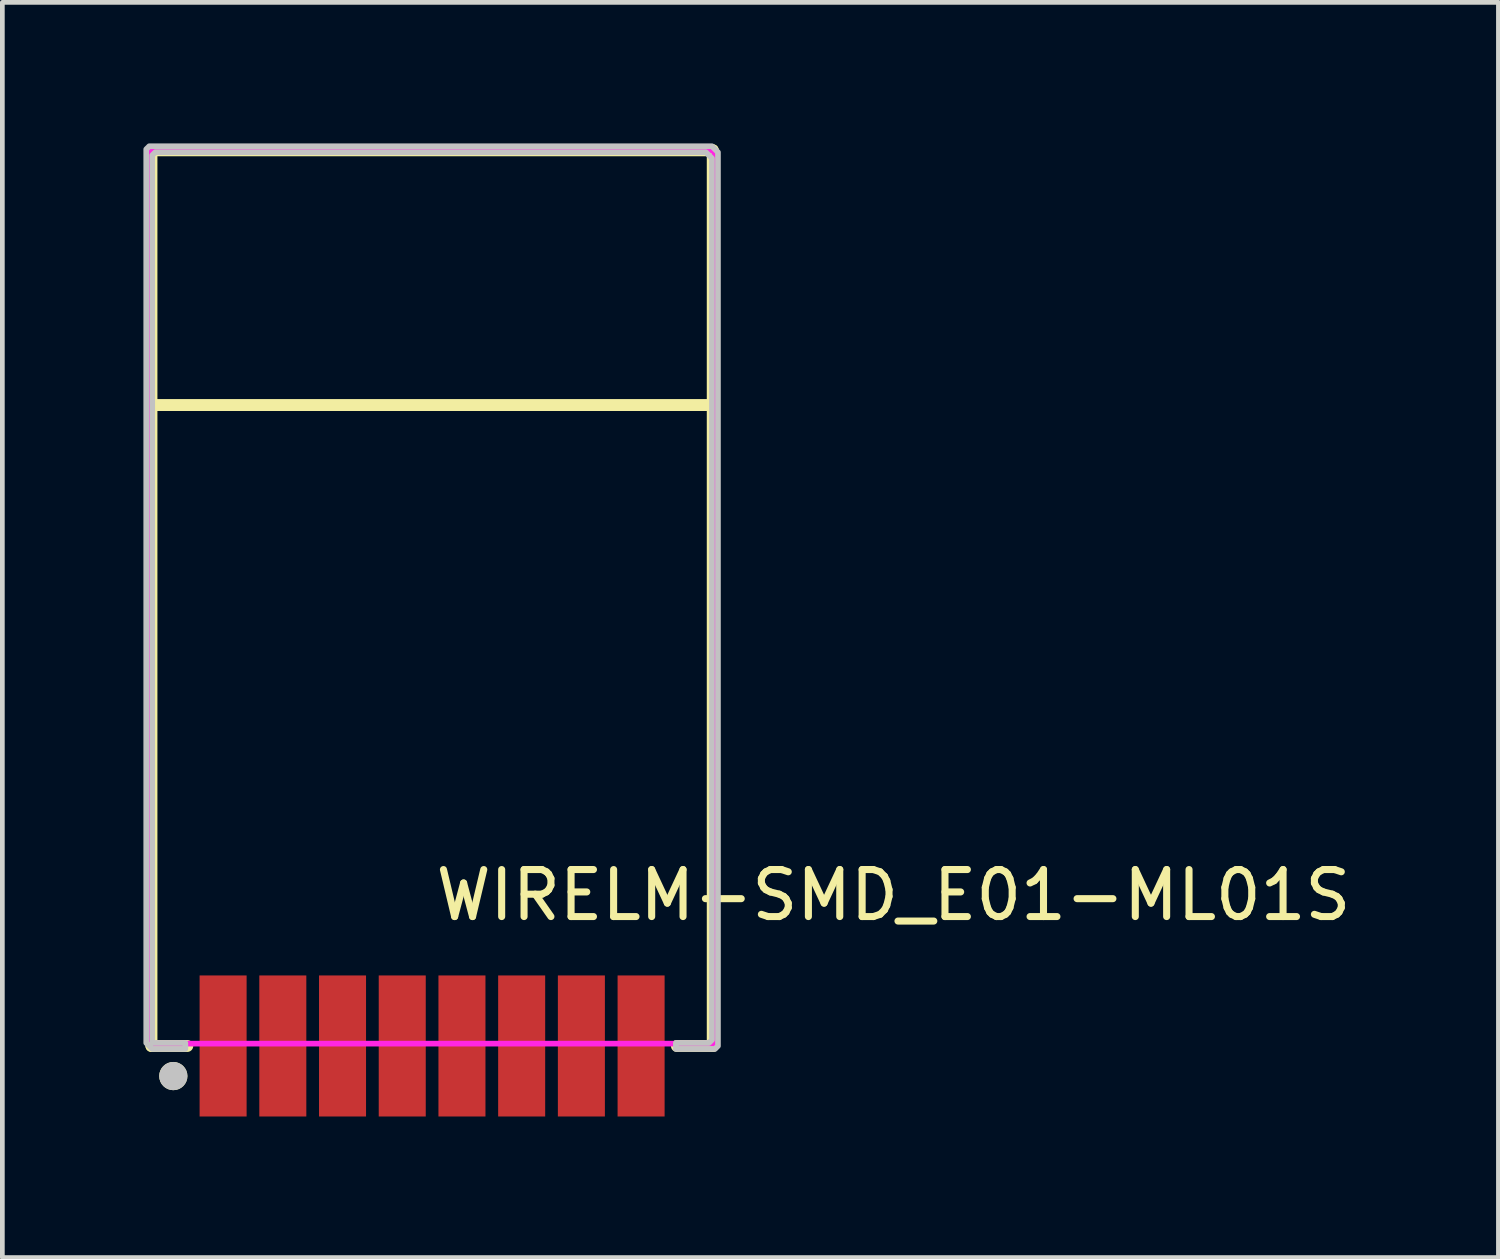
<source format=kicad_pcb>
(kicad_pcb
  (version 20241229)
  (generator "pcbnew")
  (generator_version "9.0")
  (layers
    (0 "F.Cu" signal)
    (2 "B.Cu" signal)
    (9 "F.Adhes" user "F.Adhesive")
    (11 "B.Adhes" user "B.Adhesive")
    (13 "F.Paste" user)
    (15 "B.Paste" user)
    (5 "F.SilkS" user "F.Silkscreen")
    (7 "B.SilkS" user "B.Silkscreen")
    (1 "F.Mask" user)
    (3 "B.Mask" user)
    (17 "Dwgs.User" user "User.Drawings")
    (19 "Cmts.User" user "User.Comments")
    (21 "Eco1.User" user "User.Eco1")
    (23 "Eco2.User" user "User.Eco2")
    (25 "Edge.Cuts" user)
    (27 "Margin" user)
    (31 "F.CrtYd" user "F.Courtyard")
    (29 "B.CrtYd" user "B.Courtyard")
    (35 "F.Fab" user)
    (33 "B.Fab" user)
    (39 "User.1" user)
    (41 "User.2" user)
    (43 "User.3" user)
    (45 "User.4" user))
  (footprint "WIRELM-SMD_E01-ML01S"
    (layer "F.Cu")
    (at 6.14 19.196)
    (property "Reference" "WIRELM-SMD_E01-ML01S" (at 0 -3.207 0) (layer "F.SilkS") (effects (font (size 1 1) (thickness 0.15)) (justify left)))
    (attr through_hole)
    (fp_line (start -5.969 -19.05) (end 5.969 -19.05) (stroke (width 0.254) (type solid)) (layer "F.SilkS"))
    (fp_line (start -5.969 0) (end -5.969 -19.05) (stroke (width 0.254) (type solid)) (layer "F.SilkS"))
    (fp_line (start -5.969 0) (end -5.207 0) (stroke (width 0.254) (type solid)) (layer "F.SilkS"))
    (fp_line (start -5.952 -13.632) (end 5.986 -13.632) (stroke (width 0.254) (type solid)) (layer "F.SilkS"))
    (fp_line (start 5.969 -19.05) (end 5.969 0) (stroke (width 0.254) (type solid)) (layer "F.SilkS"))
    (fp_line (start 5.969 0) (end 5.207 0) (stroke (width 0.254) (type solid)) (layer "F.SilkS"))
    (fp_circle (center -5.504 0.64) (end -5.354 0.64) (stroke (width 0.3) (type solid)) (fill no) (layer "F.SilkS"))
    (fp_circle (center -5.504 0.64) (end -5.354 0.64) (stroke (width 0.3) (type solid)) (fill no) (layer "Dwgs.User"))
    (fp_poly (pts (xy 5.184 0.064) (xy 6.016 0.064) (xy 6.08 0) (xy 6.08 -19.008) (xy 5.952 -19.136) (xy -6.016 -19.136) (xy -6.08 -19.072) (xy -6.08 -0.064) (xy -5.952 0.064) (xy -5.248 0.064) (xy -5.248 -0.064) (xy -5.952 -0.064) (xy -5.952 -18.944) (xy -5.888 -19.008) (xy 5.824 -19.008) (xy 5.952 -18.88) (xy 5.952 -0.128) (xy 5.888 -0.064) (xy 5.184 -0.064)) (stroke (width 0.12) (type solid)) (fill no) (layer "Dwgs.User"))
    (fp_circle (center -6 -0.05) (end -5.97 -0.05) (stroke (width 0.06) (type solid)) (fill no) (layer "Eco2.User"))
    (fp_poly (pts (xy -4.945 -1.55) (xy -3.945 -1.55) (xy -3.945 -0.05) (xy -4.945 -0.05)) (stroke (width 0.12) (type solid)) (fill no) (layer "Eco2.User"))
    (fp_poly (pts (xy -3.675 -1.55) (xy -2.675 -1.55) (xy -2.675 -0.05) (xy -3.675 -0.05)) (stroke (width 0.12) (type solid)) (fill no) (layer "Eco2.User"))
    (fp_poly (pts (xy -2.405 -1.55) (xy -1.405 -1.55) (xy -1.405 -0.05) (xy -2.405 -0.05)) (stroke (width 0.12) (type solid)) (fill no) (layer "Eco2.User"))
    (fp_poly (pts (xy -1.135 -1.55) (xy -0.135 -1.55) (xy -0.135 -0.05) (xy -1.135 -0.05)) (stroke (width 0.12) (type solid)) (fill no) (layer "Eco2.User"))
    (fp_poly (pts (xy 0.135 -1.55) (xy 1.135 -1.55) (xy 1.135 -0.05) (xy 0.135 -0.05)) (stroke (width 0.12) (type solid)) (fill no) (layer "Eco2.User"))
    (fp_poly (pts (xy 1.405 -1.55) (xy 2.405 -1.55) (xy 2.405 -0.05) (xy 1.405 -0.05)) (stroke (width 0.12) (type solid)) (fill no) (layer "Eco2.User"))
    (fp_poly (pts (xy 2.675 -1.55) (xy 3.675 -1.55) (xy 3.675 -0.05) (xy 2.675 -0.05)) (stroke (width 0.12) (type solid)) (fill no) (layer "Eco2.User"))
    (fp_poly (pts (xy 3.945 -1.55) (xy 4.945 -1.55) (xy 4.945 -0.05) (xy 3.945 -0.05)) (stroke (width 0.12) (type solid)) (fill no) (layer "Eco2.User"))
    (fp_line (start -6 -19.05) (end 6 -19.05) (stroke (width 0.12) (type solid)) (layer "F.CrtYd"))
    (fp_line (start -6 -0.05) (end -6 -19.05) (stroke (width 0.12) (type solid)) (layer "F.CrtYd"))
    (fp_line (start 6 -19.05) (end 6 -0.05) (stroke (width 0.12) (type solid)) (layer "F.CrtYd"))
    (fp_line (start 6 -0.05) (end -6 -0.05) (stroke (width 0.12) (type solid)) (layer "F.CrtYd"))
    (pad "1" smd rect (at -4.445 0) (size 1 3) (layers "F.Cu" "F.Mask" "F.Paste"))
    (pad "2" smd rect (at -3.175 0) (size 1 3) (layers "F.Cu" "F.Mask" "F.Paste"))
    (pad "3" smd rect (at -1.905 0) (size 1 3) (layers "F.Cu" "F.Mask" "F.Paste"))
    (pad "4" smd rect (at -0.635 0) (size 1 3) (layers "F.Cu" "F.Mask" "F.Paste"))
    (pad "5" smd rect (at 0.635 0) (size 1 3) (layers "F.Cu" "F.Mask" "F.Paste"))
    (pad "6" smd rect (at 1.905 0) (size 1 3) (layers "F.Cu" "F.Mask" "F.Paste"))
    (pad "7" smd rect (at 3.175 0) (size 1 3) (layers "F.Cu" "F.Mask" "F.Paste"))
    (pad "8" smd rect (at 4.445 0) (size 1 3) (layers "F.Cu" "F.Mask" "F.Paste")))
  (gr_rect
    (start -3 -3)
    (end 28.819 23.696)
    (stroke (width 0.1) (type default))
    (fill no)
    (layer "Edge.Cuts")))
</source>
